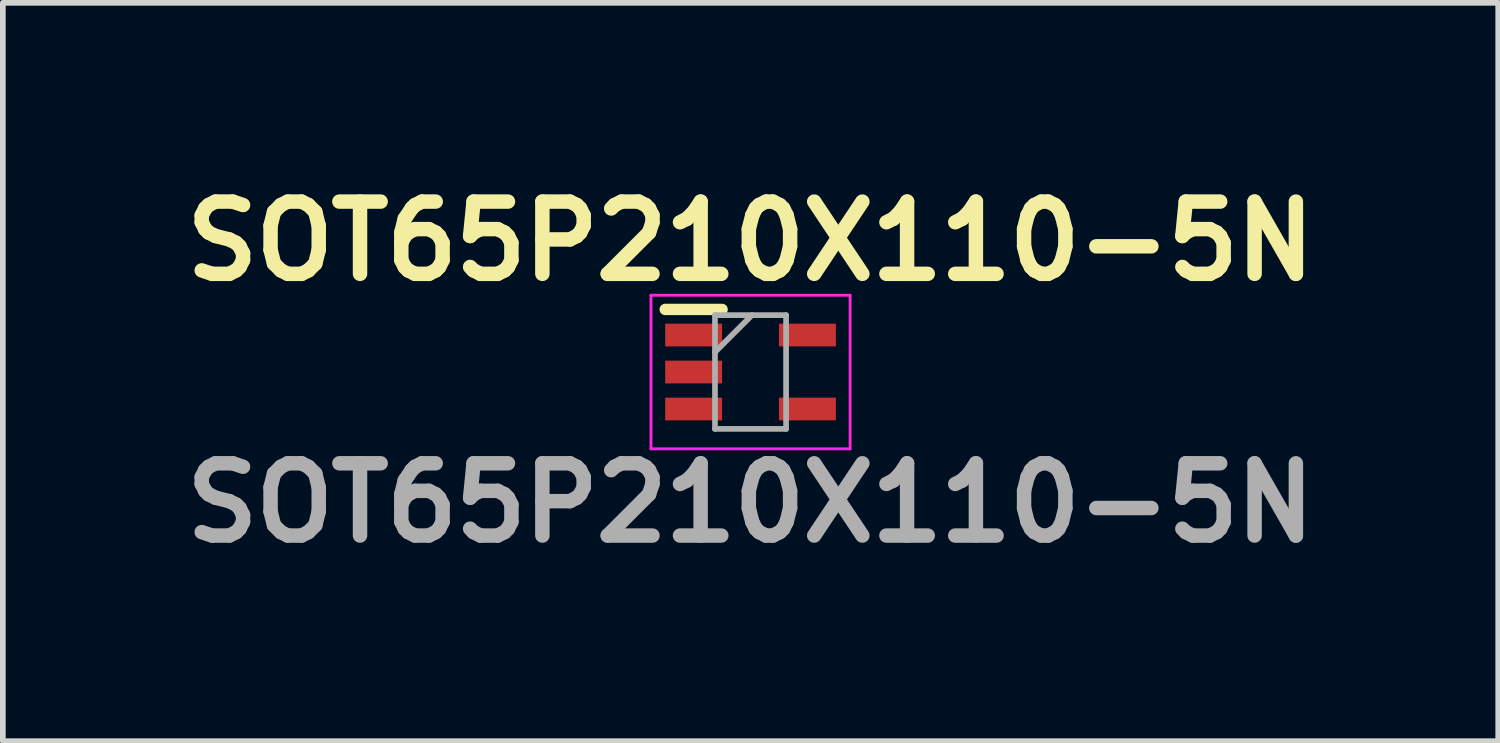
<source format=kicad_pcb>
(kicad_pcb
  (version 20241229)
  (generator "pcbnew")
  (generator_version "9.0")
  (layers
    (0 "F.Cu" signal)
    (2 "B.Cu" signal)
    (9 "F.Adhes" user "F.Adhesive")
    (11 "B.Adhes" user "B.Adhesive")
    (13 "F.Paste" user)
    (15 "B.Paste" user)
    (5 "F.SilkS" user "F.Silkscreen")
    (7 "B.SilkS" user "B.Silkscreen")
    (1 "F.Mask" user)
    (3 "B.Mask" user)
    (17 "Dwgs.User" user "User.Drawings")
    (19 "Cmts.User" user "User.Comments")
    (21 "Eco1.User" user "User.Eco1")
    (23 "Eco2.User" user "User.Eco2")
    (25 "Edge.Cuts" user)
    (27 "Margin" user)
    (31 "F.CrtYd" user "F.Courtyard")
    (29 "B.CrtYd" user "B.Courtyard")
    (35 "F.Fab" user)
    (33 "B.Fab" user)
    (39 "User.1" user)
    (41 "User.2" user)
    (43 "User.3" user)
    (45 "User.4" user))
  (footprint "SOT65P210X110-5N"
    (layer "F.Cu")
    (at 10.142 3.489)
    (property "Reference" "SOT65P210X110-5N" (at 0 -2.3 0) (layer "F.SilkS") (effects (font (size 1.27 1.27) (thickness 0.254))))
    (attr smd)
    (fp_line (start -1.5 -1.1) (end -0.5 -1.1) (stroke (width 0.2) (type solid)) (layer "F.SilkS"))
    (fp_line (start -1.75 -1.35) (end 1.75 -1.35) (stroke (width 0.05) (type solid)) (layer "F.CrtYd"))
    (fp_line (start -1.75 1.35) (end -1.75 -1.35) (stroke (width 0.05) (type solid)) (layer "F.CrtYd"))
    (fp_line (start 1.75 -1.35) (end 1.75 1.35) (stroke (width 0.05) (type solid)) (layer "F.CrtYd"))
    (fp_line (start 1.75 1.35) (end -1.75 1.35) (stroke (width 0.05) (type solid)) (layer "F.CrtYd"))
    (fp_line (start -0.625 -1) (end 0.625 -1) (stroke (width 0.1) (type solid)) (layer "F.Fab"))
    (fp_line (start -0.625 -0.35) (end 0.025 -1) (stroke (width 0.1) (type solid)) (layer "F.Fab"))
    (fp_line (start -0.625 1) (end -0.625 -1) (stroke (width 0.1) (type solid)) (layer "F.Fab"))
    (fp_line (start 0.625 -1) (end 0.625 1) (stroke (width 0.1) (type solid)) (layer "F.Fab"))
    (fp_line (start 0.625 1) (end -0.625 1) (stroke (width 0.1) (type solid)) (layer "F.Fab"))
    (fp_text user "${REFERENCE}" (at 0 2.3 0) (layer "F.Fab") (effects (font (size 1.27 1.27) (thickness 0.254))))
    (pad "1" smd rect (at -1 -0.65 90) (size 0.4 1) (layers "F.Cu" "F.Mask" "F.Paste"))
    (pad "2" smd rect (at -1 0 90) (size 0.4 1) (layers "F.Cu" "F.Mask" "F.Paste"))
    (pad "3" smd rect (at -1 0.65 90) (size 0.4 1) (layers "F.Cu" "F.Mask" "F.Paste"))
    (pad "4" smd rect (at 1 0.65 90) (size 0.4 1) (layers "F.Cu" "F.Mask" "F.Paste"))
    (pad "5" smd rect (at 1 -0.65 90) (size 0.4 1) (layers "F.Cu" "F.Mask" "F.Paste")))
  (gr_rect
    (start -3 -3)
    (end 23.284 9.977)
    (stroke (width 0.1) (type default))
    (fill no)
    (layer "Edge.Cuts")))
</source>
